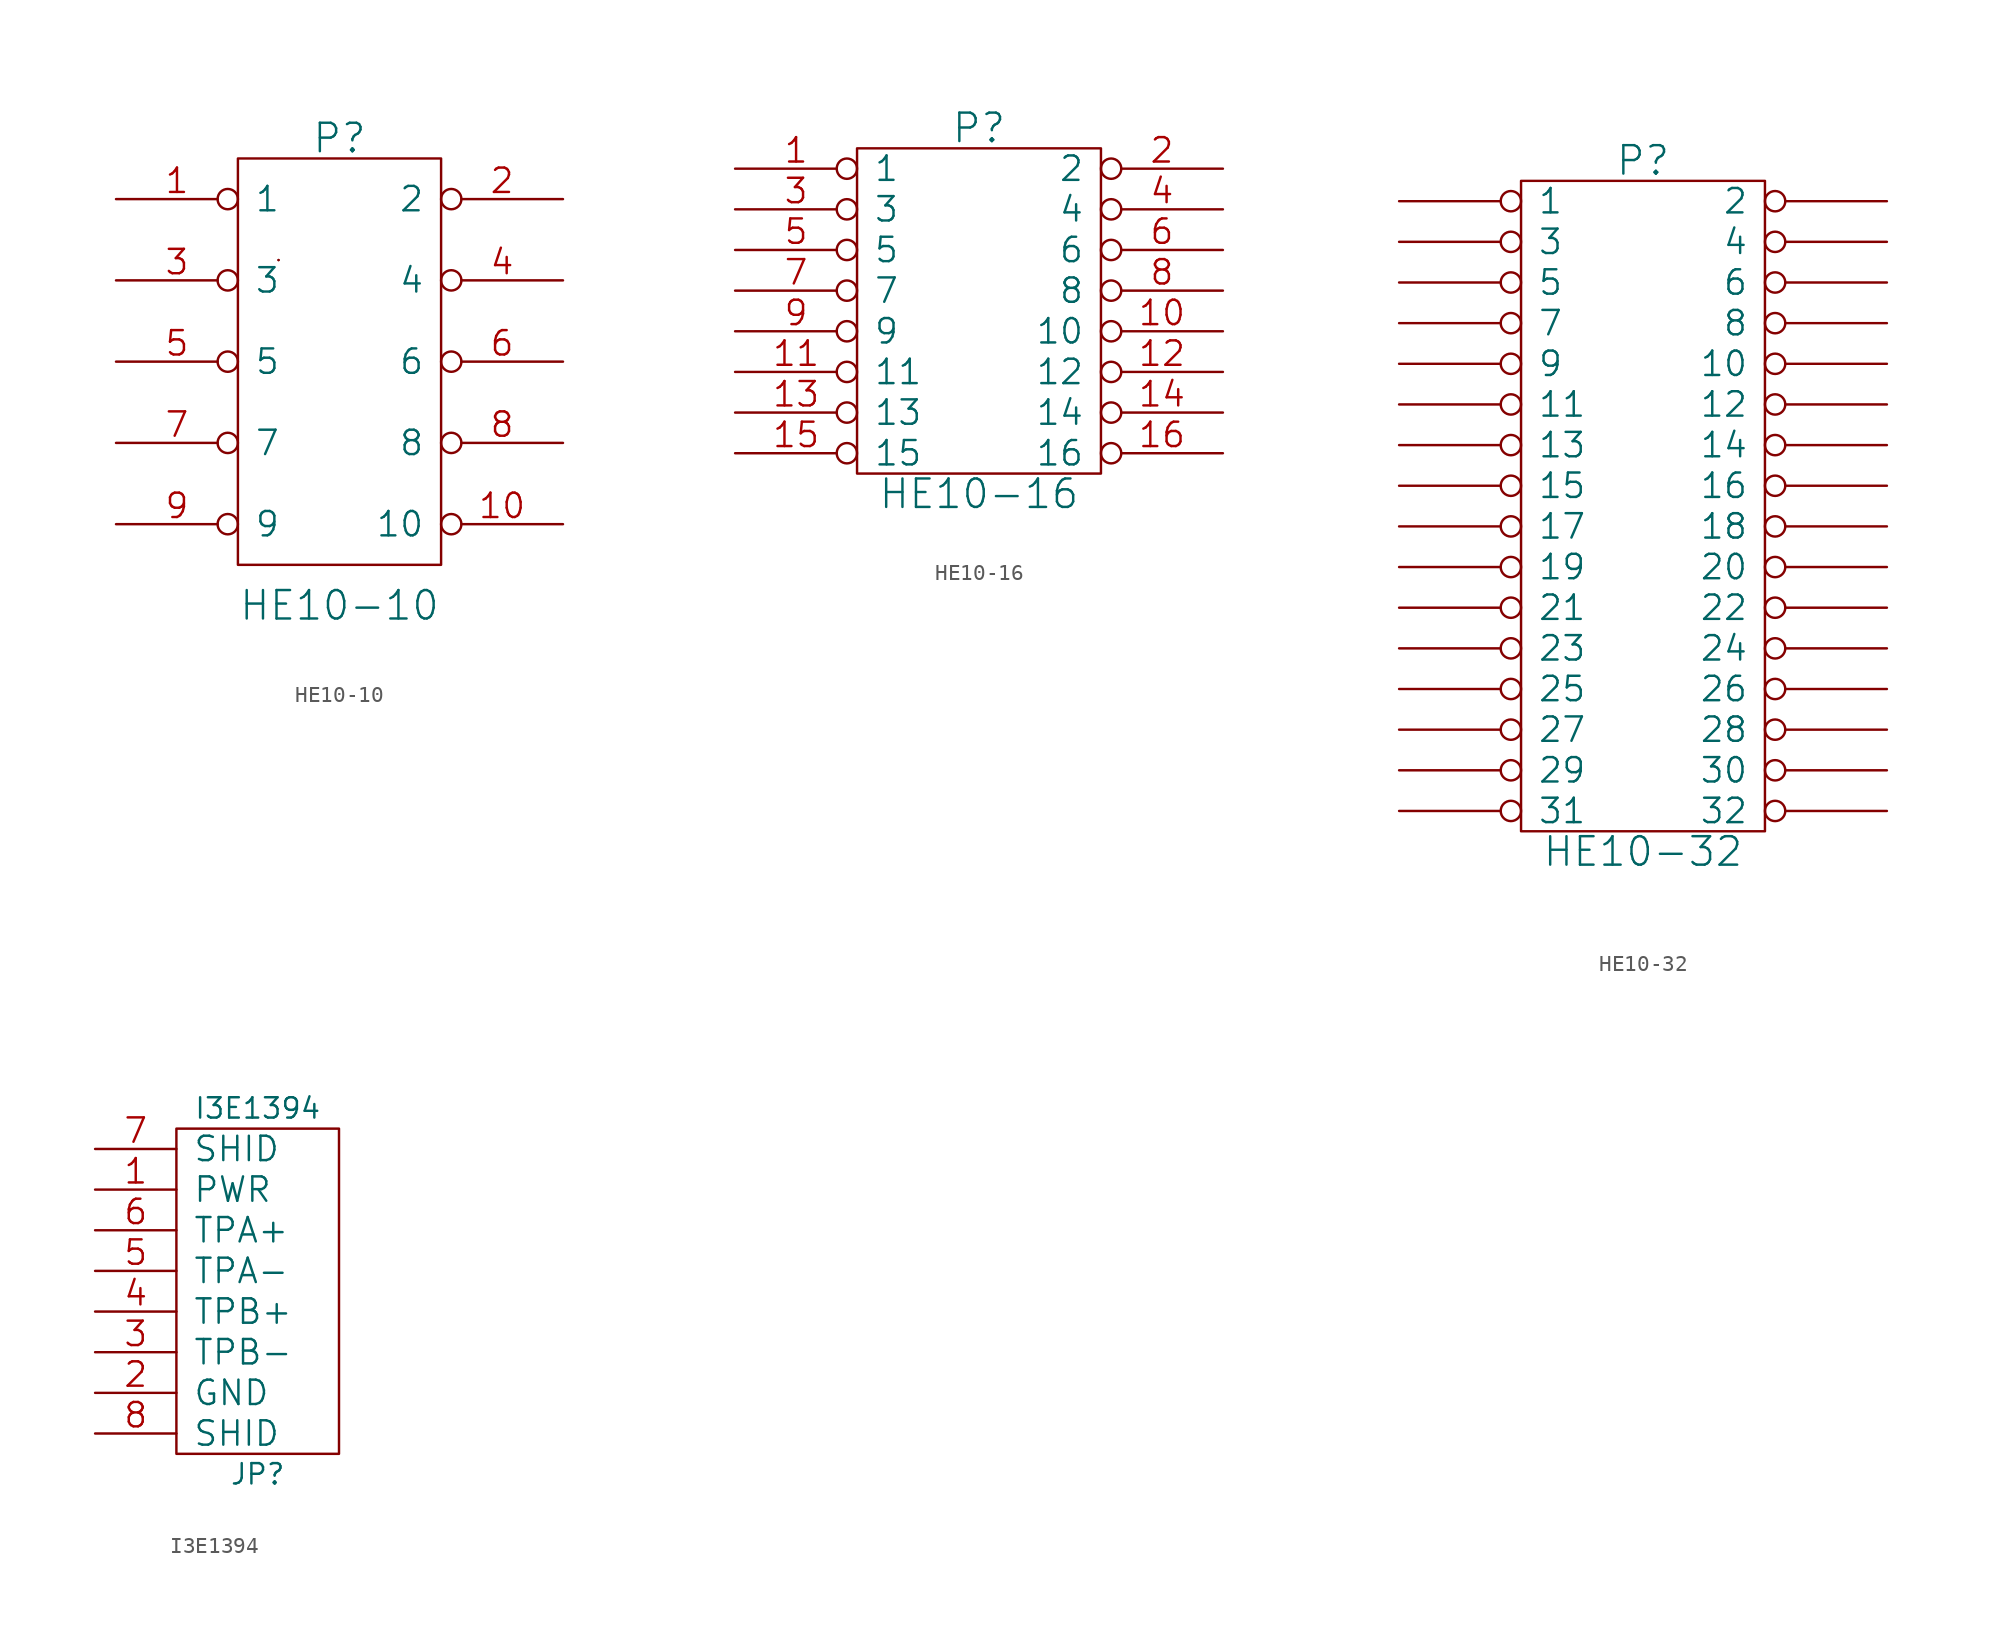
<source format=kicad_sym>
(kicad_symbol_lib
  (version 20220914)
  (generator kicad_symbol_editor)
  (symbol "HE10-10"
    (pin_names
      (offset 1.016))
    (property "Reference" "P"
      (at 0 13.97 0)
      (effects (font (size 1.778 1.778))))
    (property "Value" "HE10-10"
      (at 0 -15.24 0)
      (effects (font (size 1.778 1.778))))
    (property "Footprint" ""
      (at 0 0 0)
      (effects (font (size 1.524 1.524))))
    (property "Datasheet" ""
      (at 0 0 0)
      (effects (font (size 1.524 1.524))))
    (symbol "HE10-10_0_1"
      (rectangle (start -6.35 12.7) (end 6.35 -12.7) (stroke (width 0) (type default)) (fill (type none)))
      (rectangle (start -3.81 6.35) (end -3.81 6.35) (stroke (width 0) (type default)) (fill (type none)))
      (rectangle (start -3.81 6.35) (end -3.81 6.35) (stroke (width 0) (type default)) (fill (type none))))
    (symbol "HE10-10_1_1"
      (pin passive inverted (at -13.97 10.16 0) (length 7.62) (name "1" (effects (font (size 1.524 1.524)))) (number "1" (effects (font (size 1.524 1.524)))))
      (pin passive inverted (at 13.97 -10.16 180) (length 7.62) (name "10" (effects (font (size 1.524 1.524)))) (number "10" (effects (font (size 1.524 1.524)))))
      (pin passive inverted (at 13.97 10.16 180) (length 7.62) (name "2" (effects (font (size 1.524 1.524)))) (number "2" (effects (font (size 1.524 1.524)))))
      (pin passive inverted (at -13.97 5.08 0) (length 7.62) (name "3" (effects (font (size 1.524 1.524)))) (number "3" (effects (font (size 1.524 1.524)))))
      (pin passive inverted (at 13.97 5.08 180) (length 7.62) (name "4" (effects (font (size 1.524 1.524)))) (number "4" (effects (font (size 1.524 1.524)))))
      (pin passive inverted (at -13.97 0 0) (length 7.62) (name "5" (effects (font (size 1.524 1.524)))) (number "5" (effects (font (size 1.524 1.524)))))
      (pin passive inverted (at 13.97 0 180) (length 7.62) (name "6" (effects (font (size 1.524 1.524)))) (number "6" (effects (font (size 1.524 1.524)))))
      (pin passive inverted (at -13.97 -5.08 0) (length 7.62) (name "7" (effects (font (size 1.524 1.524)))) (number "7" (effects (font (size 1.524 1.524)))))
      (pin passive inverted (at 13.97 -5.08 180) (length 7.62) (name "8" (effects (font (size 1.524 1.524)))) (number "8" (effects (font (size 1.524 1.524)))))
      (pin passive inverted (at -13.97 -10.16 0) (length 7.62) (name "9" (effects (font (size 1.524 1.524)))) (number "9" (effects (font (size 1.524 1.524)))))))
  (symbol "HE10-16"
    (pin_names
      (offset 1.016))
    (property "Reference" "P"
      (at 0 11.43 0)
      (effects (font (size 1.778 1.778))))
    (property "Value" "HE10-16"
      (at 0 -11.43 0)
      (effects (font (size 1.778 1.778))))
    (property "Footprint" ""
      (at 0 0 0)
      (effects (font (size 1.524 1.524))))
    (property "Datasheet" ""
      (at 0 0 0)
      (effects (font (size 1.524 1.524))))
    (symbol "HE10-16_0_1"
      (rectangle (start -7.62 10.16) (end 7.62 -10.16) (stroke (width 0) (type default)) (fill (type none))))
    (symbol "HE10-16_1_1"
      (pin passive inverted (at -15.24 8.89 0) (length 7.62) (name "1" (effects (font (size 1.524 1.524)))) (number "1" (effects (font (size 1.524 1.524)))))
      (pin passive inverted (at 15.24 -1.27 180) (length 7.62) (name "10" (effects (font (size 1.524 1.524)))) (number "10" (effects (font (size 1.524 1.524)))))
      (pin passive inverted (at -15.24 -3.81 0) (length 7.62) (name "11" (effects (font (size 1.524 1.524)))) (number "11" (effects (font (size 1.524 1.524)))))
      (pin passive inverted (at 15.24 -3.81 180) (length 7.62) (name "12" (effects (font (size 1.524 1.524)))) (number "12" (effects (font (size 1.524 1.524)))))
      (pin passive inverted (at -15.24 -6.35 0) (length 7.62) (name "13" (effects (font (size 1.524 1.524)))) (number "13" (effects (font (size 1.524 1.524)))))
      (pin passive inverted (at 15.24 -6.35 180) (length 7.62) (name "14" (effects (font (size 1.524 1.524)))) (number "14" (effects (font (size 1.524 1.524)))))
      (pin passive inverted (at -15.24 -8.89 0) (length 7.62) (name "15" (effects (font (size 1.524 1.524)))) (number "15" (effects (font (size 1.524 1.524)))))
      (pin passive inverted (at 15.24 -8.89 180) (length 7.62) (name "16" (effects (font (size 1.524 1.524)))) (number "16" (effects (font (size 1.524 1.524)))))
      (pin passive inverted (at 15.24 8.89 180) (length 7.62) (name "2" (effects (font (size 1.524 1.524)))) (number "2" (effects (font (size 1.524 1.524)))))
      (pin passive inverted (at -15.24 6.35 0) (length 7.62) (name "3" (effects (font (size 1.524 1.524)))) (number "3" (effects (font (size 1.524 1.524)))))
      (pin passive inverted (at 15.24 6.35 180) (length 7.62) (name "4" (effects (font (size 1.524 1.524)))) (number "4" (effects (font (size 1.524 1.524)))))
      (pin passive inverted (at -15.24 3.81 0) (length 7.62) (name "5" (effects (font (size 1.524 1.524)))) (number "5" (effects (font (size 1.524 1.524)))))
      (pin passive inverted (at 15.24 3.81 180) (length 7.62) (name "6" (effects (font (size 1.524 1.524)))) (number "6" (effects (font (size 1.524 1.524)))))
      (pin passive inverted (at -15.24 1.27 0) (length 7.62) (name "7" (effects (font (size 1.524 1.524)))) (number "7" (effects (font (size 1.524 1.524)))))
      (pin passive inverted (at 15.24 1.27 180) (length 7.62) (name "8" (effects (font (size 1.524 1.524)))) (number "8" (effects (font (size 1.524 1.524)))))
      (pin passive inverted (at -15.24 -1.27 0) (length 7.62) (name "9" (effects (font (size 1.524 1.524)))) (number "9" (effects (font (size 1.524 1.524)))))))
  (symbol "HE10-32"
    (pin_numbers hide)
    (pin_names
      (offset 1.016))
    (property "Reference" "P"
      (at 0 21.59 0)
      (effects (font (size 1.778 1.778))))
    (property "Value" "HE10-32"
      (at 0 -21.59 0)
      (effects (font (size 1.778 1.778))))
    (property "Footprint" ""
      (at 0 0 0)
      (effects (font (size 1.524 1.524))))
    (property "Datasheet" ""
      (at 0 0 0)
      (effects (font (size 1.524 1.524))))
    (symbol "HE10-32_0_1"
      (rectangle (start -7.62 20.32) (end 7.62 -20.32) (stroke (width 0) (type default)) (fill (type none)))
      (pin passive inverted (at -15.24 19.05 0) (length 7.62) (name "1" (effects (font (size 1.524 1.524)))) (number "1" (effects (font (size 1.524 1.524)))))
      (pin passive inverted (at 15.24 8.89 180) (length 7.62) (name "10" (effects (font (size 1.524 1.524)))) (number "10" (effects (font (size 1.524 1.524)))))
      (pin passive inverted (at -15.24 6.35 0) (length 7.62) (name "11" (effects (font (size 1.524 1.524)))) (number "11" (effects (font (size 1.524 1.524)))))
      (pin passive inverted (at 15.24 6.35 180) (length 7.62) (name "12" (effects (font (size 1.524 1.524)))) (number "12" (effects (font (size 1.524 1.524)))))
      (pin passive inverted (at -15.24 3.81 0) (length 7.62) (name "13" (effects (font (size 1.524 1.524)))) (number "13" (effects (font (size 1.524 1.524)))))
      (pin passive inverted (at 15.24 3.81 180) (length 7.62) (name "14" (effects (font (size 1.524 1.524)))) (number "14" (effects (font (size 1.524 1.524)))))
      (pin passive inverted (at -15.24 1.27 0) (length 7.62) (name "15" (effects (font (size 1.524 1.524)))) (number "15" (effects (font (size 1.524 1.524)))))
      (pin passive inverted (at 15.24 1.27 180) (length 7.62) (name "16" (effects (font (size 1.524 1.524)))) (number "16" (effects (font (size 1.524 1.524)))))
      (pin passive inverted (at -15.24 -1.27 0) (length 7.62) (name "17" (effects (font (size 1.524 1.524)))) (number "17" (effects (font (size 1.524 1.524)))))
      (pin passive inverted (at 15.24 -1.27 180) (length 7.62) (name "18" (effects (font (size 1.524 1.524)))) (number "18" (effects (font (size 1.524 1.524)))))
      (pin passive inverted (at -15.24 -3.81 0) (length 7.62) (name "19" (effects (font (size 1.524 1.524)))) (number "19" (effects (font (size 1.524 1.524)))))
      (pin passive inverted (at 15.24 19.05 180) (length 7.62) (name "2" (effects (font (size 1.524 1.524)))) (number "2" (effects (font (size 1.524 1.524)))))
      (pin passive inverted (at 15.24 -3.81 180) (length 7.62) (name "20" (effects (font (size 1.524 1.524)))) (number "20" (effects (font (size 1.524 1.524)))))
      (pin passive inverted (at -15.24 -6.35 0) (length 7.62) (name "21" (effects (font (size 1.524 1.524)))) (number "21" (effects (font (size 1.524 1.524)))))
      (pin passive inverted (at 15.24 -6.35 180) (length 7.62) (name "22" (effects (font (size 1.524 1.524)))) (number "22" (effects (font (size 1.524 1.524)))))
      (pin passive inverted (at -15.24 -8.89 0) (length 7.62) (name "23" (effects (font (size 1.524 1.524)))) (number "23" (effects (font (size 1.524 1.524)))))
      (pin passive inverted (at 15.24 -8.89 180) (length 7.62) (name "24" (effects (font (size 1.524 1.524)))) (number "24" (effects (font (size 1.524 1.524)))))
      (pin passive inverted (at -15.24 -11.43 0) (length 7.62) (name "25" (effects (font (size 1.524 1.524)))) (number "25" (effects (font (size 1.524 1.524)))))
      (pin passive inverted (at 15.24 -11.43 180) (length 7.62) (name "26" (effects (font (size 1.524 1.524)))) (number "26" (effects (font (size 1.524 1.524)))))
      (pin passive inverted (at -15.24 -13.97 0) (length 7.62) (name "27" (effects (font (size 1.524 1.524)))) (number "27" (effects (font (size 1.524 1.524)))))
      (pin passive inverted (at 15.24 -13.97 180) (length 7.62) (name "28" (effects (font (size 1.524 1.524)))) (number "28" (effects (font (size 1.524 1.524)))))
      (pin passive inverted (at -15.24 -16.51 0) (length 7.62) (name "29" (effects (font (size 1.524 1.524)))) (number "29" (effects (font (size 1.524 1.524)))))
      (pin passive inverted (at -15.24 16.51 0) (length 7.62) (name "3" (effects (font (size 1.524 1.524)))) (number "3" (effects (font (size 1.524 1.524)))))
      (pin passive inverted (at 15.24 -16.51 180) (length 7.62) (name "30" (effects (font (size 1.524 1.524)))) (number "30" (effects (font (size 1.524 1.524)))))
      (pin passive inverted (at -15.24 -19.05 0) (length 7.62) (name "31" (effects (font (size 1.524 1.524)))) (number "31" (effects (font (size 1.524 1.524)))))
      (pin passive inverted (at 15.24 -19.05 180) (length 7.62) (name "32" (effects (font (size 1.524 1.524)))) (number "32" (effects (font (size 1.524 1.524)))))
      (pin passive inverted (at 15.24 16.51 180) (length 7.62) (name "4" (effects (font (size 1.524 1.524)))) (number "4" (effects (font (size 1.524 1.524)))))
      (pin passive inverted (at -15.24 13.97 0) (length 7.62) (name "5" (effects (font (size 1.524 1.524)))) (number "5" (effects (font (size 1.524 1.524)))))
      (pin passive inverted (at 15.24 13.97 180) (length 7.62) (name "6" (effects (font (size 1.524 1.524)))) (number "6" (effects (font (size 1.524 1.524)))))
      (pin passive inverted (at -15.24 11.43 0) (length 7.62) (name "7" (effects (font (size 1.524 1.524)))) (number "7" (effects (font (size 1.524 1.524)))))
      (pin passive inverted (at 15.24 11.43 180) (length 7.62) (name "8" (effects (font (size 1.524 1.524)))) (number "8" (effects (font (size 1.524 1.524)))))
      (pin passive inverted (at -15.24 8.89 0) (length 7.62) (name "9" (effects (font (size 1.524 1.524)))) (number "9" (effects (font (size 1.524 1.524)))))))
  (symbol "I3E1394"
    (pin_names
      (offset 1.016))
    (property "Reference" "JP"
      (at 0 -11.43 0)
      (effects (font (size 1.27 1.27))))
    (property "Value" "I3E1394"
      (at 0 11.43 0)
      (effects (font (size 1.27 1.27))))
    (property "Footprint" ""
      (at 0 0 0)
      (effects (font (size 1.524 1.524))))
    (property "Datasheet" ""
      (at 0 0 0)
      (effects (font (size 1.524 1.524))))
    (symbol "I3E1394_0_1"
      (rectangle (start -5.08 10.16) (end 5.08 -10.16) (stroke (width 0) (type default)) (fill (type none))))
    (symbol "I3E1394_1_1"
      (pin passive line (at -10.16 6.35 0) (length 5.08) (name "PWR" (effects (font (size 1.524 1.524)))) (number "1" (effects (font (size 1.524 1.524)))))
      (pin passive line (at -10.16 -6.35 0) (length 5.08) (name "GND" (effects (font (size 1.524 1.524)))) (number "2" (effects (font (size 1.524 1.524)))))
      (pin bidirectional line (at -10.16 -3.81 0) (length 5.08) (name "TPB-" (effects (font (size 1.524 1.524)))) (number "3" (effects (font (size 1.524 1.524)))))
      (pin bidirectional line (at -10.16 -1.27 0) (length 5.08) (name "TPB+" (effects (font (size 1.524 1.524)))) (number "4" (effects (font (size 1.524 1.524)))))
      (pin bidirectional line (at -10.16 1.27 0) (length 5.08) (name "TPA-" (effects (font (size 1.524 1.524)))) (number "5" (effects (font (size 1.524 1.524)))))
      (pin bidirectional line (at -10.16 3.81 0) (length 5.08) (name "TPA+" (effects (font (size 1.524 1.524)))) (number "6" (effects (font (size 1.524 1.524)))))
      (pin passive line (at -10.16 8.89 0) (length 5.08) (name "SHID" (effects (font (size 1.524 1.524)))) (number "7" (effects (font (size 1.524 1.524)))))
      (pin passive line (at -10.16 -8.89 0) (length 5.08) (name "SHID" (effects (font (size 1.524 1.524)))) (number "8" (effects (font (size 1.524 1.524))))))))
</source>
